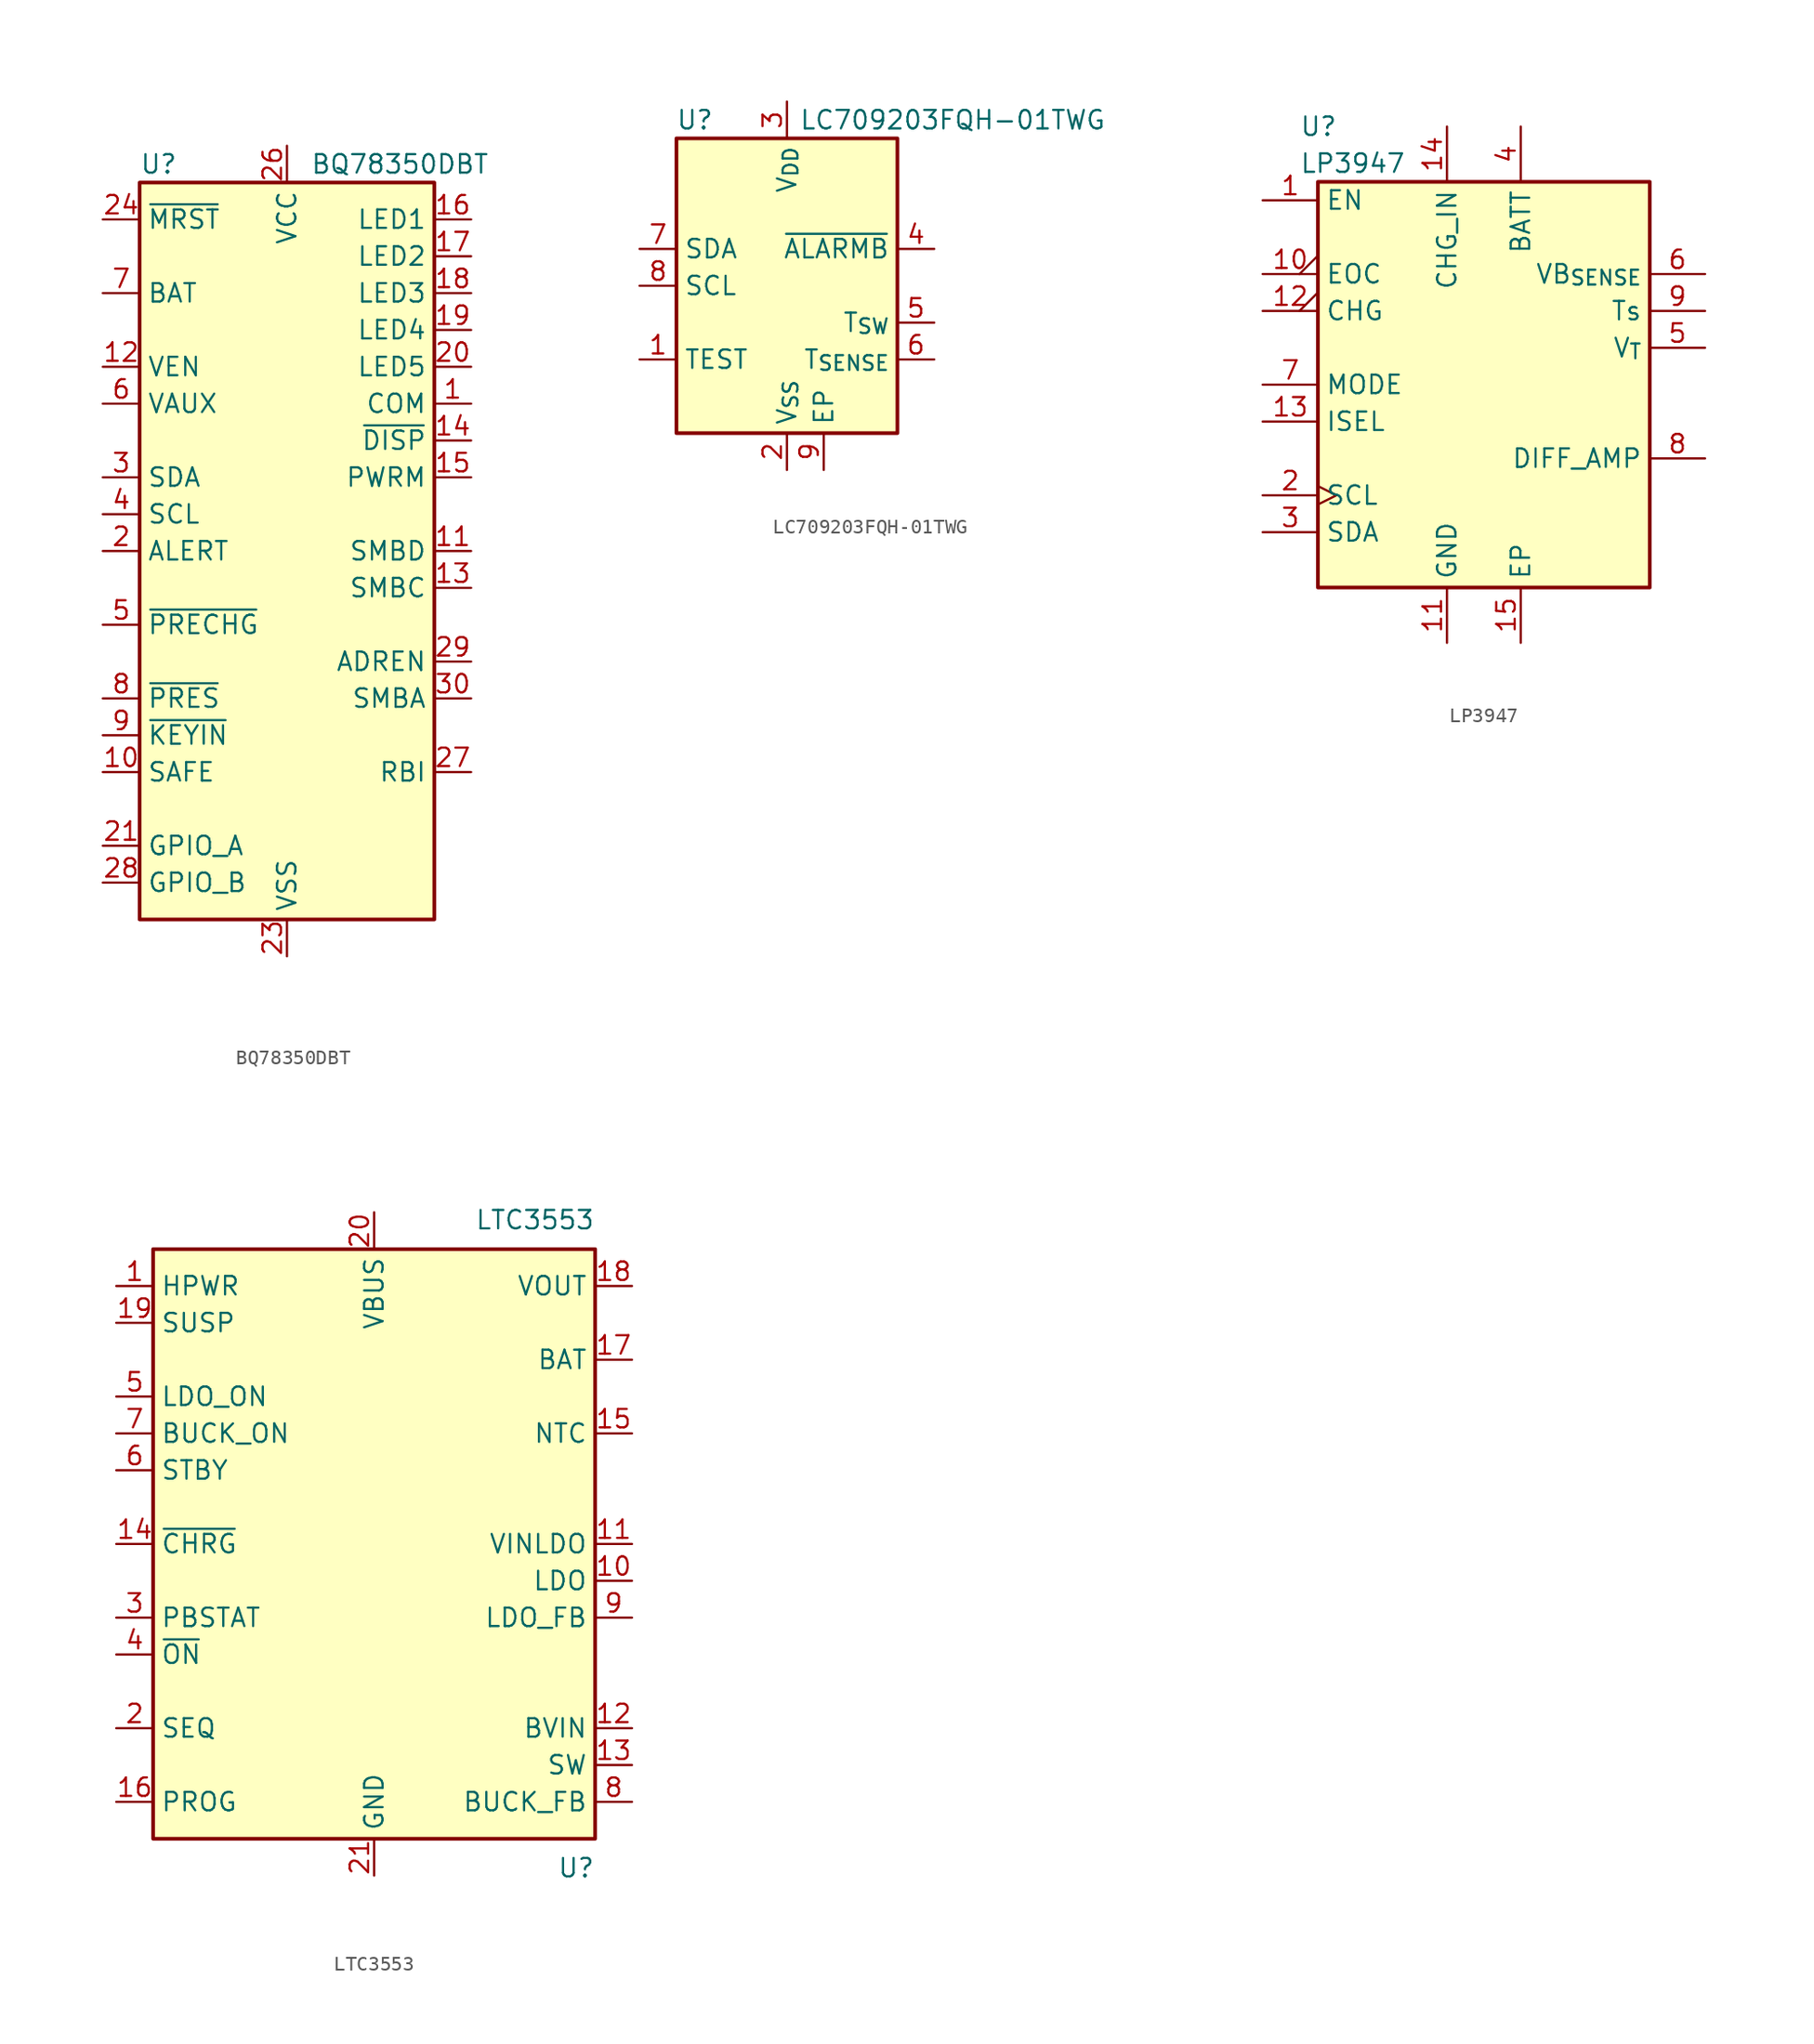
<source format=kicad_sym>
(kicad_symbol_lib
  (version 20231120)
  (generator "kicad_symbol_editor")
  (generator_version "8.0")
  (symbol "BQ78350DBT"
    (property "Reference" "U"
      (at -10.16 26.67 0)
      (effects (font (size 1.27 1.27)) (justify left)))
    (property "Value" "BQ78350DBT"
      (at 13.97 26.67 0)
      (effects (font (size 1.27 1.27)) (justify right)))
    (symbol "BQ78350DBT_0_1"
      (rectangle (start -10.16 25.4) (end 10.16 -25.4) (stroke (width 0.254) (type default)) (fill (type background))))
    (symbol "BQ78350DBT_1_1"
      (pin open_collector line (at 12.7 10.16 180) (length 2.54) (name "COM" (effects (font (size 1.27 1.27)))) (number "1" (effects (font (size 1.27 1.27)))))
      (pin output line (at -12.7 -15.24 0) (length 2.54) (name "SAFE" (effects (font (size 1.27 1.27)))) (number "10" (effects (font (size 1.27 1.27)))))
      (pin bidirectional line (at 12.7 0 180) (length 2.54) (name "SMBD" (effects (font (size 1.27 1.27)))) (number "11" (effects (font (size 1.27 1.27)))))
      (pin open_collector line (at -12.7 12.7 0) (length 2.54) (name "VEN" (effects (font (size 1.27 1.27)))) (number "12" (effects (font (size 1.27 1.27)))))
      (pin bidirectional line (at 12.7 -2.54 180) (length 2.54) (name "SMBC" (effects (font (size 1.27 1.27)))) (number "13" (effects (font (size 1.27 1.27)))))
      (pin input line (at 12.7 7.62 180) (length 2.54) (name "~{DISP}" (effects (font (size 1.27 1.27)))) (number "14" (effects (font (size 1.27 1.27)))))
      (pin open_collector line (at 12.7 5.08 180) (length 2.54) (name "PWRM" (effects (font (size 1.27 1.27)))) (number "15" (effects (font (size 1.27 1.27)))))
      (pin output line (at 12.7 22.86 180) (length 2.54) (name "LED1" (effects (font (size 1.27 1.27)))) (number "16" (effects (font (size 1.27 1.27)))))
      (pin output line (at 12.7 20.32 180) (length 2.54) (name "LED2" (effects (font (size 1.27 1.27)))) (number "17" (effects (font (size 1.27 1.27)))))
      (pin output line (at 12.7 17.78 180) (length 2.54) (name "LED3" (effects (font (size 1.27 1.27)))) (number "18" (effects (font (size 1.27 1.27)))))
      (pin output line (at 12.7 15.24 180) (length 2.54) (name "LED4" (effects (font (size 1.27 1.27)))) (number "19" (effects (font (size 1.27 1.27)))))
      (pin bidirectional line (at -12.7 0 0) (length 2.54) (name "ALERT" (effects (font (size 1.27 1.27)))) (number "2" (effects (font (size 1.27 1.27)))))
      (pin output line (at 12.7 12.7 180) (length 2.54) (name "LED5" (effects (font (size 1.27 1.27)))) (number "20" (effects (font (size 1.27 1.27)))))
      (pin bidirectional line (at -12.7 -20.32 0) (length 2.54) (name "GPIO_A" (effects (font (size 1.27 1.27)))) (number "21" (effects (font (size 1.27 1.27)))))
      (pin passive line (at 0 -27.94 90) (length 2.54) hide (name "VSS" (effects (font (size 1.27 1.27)))) (number "22" (effects (font (size 1.27 1.27)))))
      (pin power_in line (at 0 -27.94 90) (length 2.54) (name "VSS" (effects (font (size 1.27 1.27)))) (number "23" (effects (font (size 1.27 1.27)))))
      (pin input line (at -12.7 22.86 0) (length 2.54) (name "~{MRST}" (effects (font (size 1.27 1.27)))) (number "24" (effects (font (size 1.27 1.27)))))
      (pin passive line (at 0 -27.94 90) (length 2.54) hide (name "VSS" (effects (font (size 1.27 1.27)))) (number "25" (effects (font (size 1.27 1.27)))))
      (pin power_in line (at 0 27.94 270) (length 2.54) (name "VCC" (effects (font (size 1.27 1.27)))) (number "26" (effects (font (size 1.27 1.27)))))
      (pin passive line (at 12.7 -15.24 180) (length 2.54) (name "RBI" (effects (font (size 1.27 1.27)))) (number "27" (effects (font (size 1.27 1.27)))))
      (pin bidirectional line (at -12.7 -22.86 0) (length 2.54) (name "GPIO_B" (effects (font (size 1.27 1.27)))) (number "28" (effects (font (size 1.27 1.27)))))
      (pin output line (at 12.7 -7.62 180) (length 2.54) (name "ADREN" (effects (font (size 1.27 1.27)))) (number "29" (effects (font (size 1.27 1.27)))))
      (pin bidirectional line (at -12.7 5.08 0) (length 2.54) (name "SDA" (effects (font (size 1.27 1.27)))) (number "3" (effects (font (size 1.27 1.27)))))
      (pin input line (at 12.7 -10.16 180) (length 2.54) (name "SMBA" (effects (font (size 1.27 1.27)))) (number "30" (effects (font (size 1.27 1.27)))))
      (pin output line (at -12.7 2.54 0) (length 2.54) (name "SCL" (effects (font (size 1.27 1.27)))) (number "4" (effects (font (size 1.27 1.27)))))
      (pin output line (at -12.7 -5.08 0) (length 2.54) (name "~{PRECHG}" (effects (font (size 1.27 1.27)))) (number "5" (effects (font (size 1.27 1.27)))))
      (pin input line (at -12.7 10.16 0) (length 2.54) (name "VAUX" (effects (font (size 1.27 1.27)))) (number "6" (effects (font (size 1.27 1.27)))))
      (pin input line (at -12.7 17.78 0) (length 2.54) (name "BAT" (effects (font (size 1.27 1.27)))) (number "7" (effects (font (size 1.27 1.27)))))
      (pin input line (at -12.7 -10.16 0) (length 2.54) (name "~{PRES}" (effects (font (size 1.27 1.27)))) (number "8" (effects (font (size 1.27 1.27)))))
      (pin input line (at -12.7 -12.7 0) (length 2.54) (name "~{KEYIN}" (effects (font (size 1.27 1.27)))) (number "9" (effects (font (size 1.27 1.27)))))))
  (symbol "LC709203FQH-01TWG"
    (property "Reference" "U"
      (at -6.35 11.43 0)
      (effects (font (size 1.27 1.27))))
    (property "Value" "LC709203FQH-01TWG"
      (at 11.43 11.43 0)
      (effects (font (size 1.27 1.27))))
    (symbol "LC709203FQH-01TWG_0_1"
      (rectangle (start -7.62 10.16) (end 7.62 -10.16) (stroke (width 0.254) (type default)) (fill (type background))))
    (symbol "LC709203FQH-01TWG_1_1"
      (pin input line (at -10.16 -5.08 0) (length 2.54) (name "TEST" (effects (font (size 1.27 1.27)))) (number "1" (effects (font (size 1.27 1.27)))))
      (pin power_in line (at 0 -12.7 90) (length 2.54) (name "V_{SS}" (effects (font (size 1.27 1.27)))) (number "2" (effects (font (size 1.27 1.27)))))
      (pin power_in line (at 0 12.7 270) (length 2.54) (name "V_{DD}" (effects (font (size 1.27 1.27)))) (number "3" (effects (font (size 1.27 1.27)))))
      (pin open_collector line (at 10.16 2.54 180) (length 2.54) (name "~{ALARMB}" (effects (font (size 1.27 1.27)))) (number "4" (effects (font (size 1.27 1.27)))))
      (pin output line (at 10.16 -2.54 180) (length 2.54) (name "T_{SW}" (effects (font (size 1.27 1.27)))) (number "5" (effects (font (size 1.27 1.27)))))
      (pin input line (at 10.16 -5.08 180) (length 2.54) (name "T_{SENSE}" (effects (font (size 1.27 1.27)))) (number "6" (effects (font (size 1.27 1.27)))))
      (pin bidirectional line (at -10.16 2.54 0) (length 2.54) (name "SDA" (effects (font (size 1.27 1.27)))) (number "7" (effects (font (size 1.27 1.27)))))
      (pin input line (at -10.16 0 0) (length 2.54) (name "SCL" (effects (font (size 1.27 1.27)))) (number "8" (effects (font (size 1.27 1.27)))))
      (pin passive line (at 2.54 -12.7 90) (length 2.54) (name "EP" (effects (font (size 1.27 1.27)))) (number "9" (effects (font (size 1.27 1.27)))))))
  (symbol "LP3947"
    (property "Reference" "U"
      (at -12.7 17.78 0)
      (effects (font (size 1.27 1.27)) (justify left)))
    (property "Value" "LP3947"
      (at -12.7 15.24 0)
      (effects (font (size 1.27 1.27)) (justify left)))
    (symbol "LP3947_0_1"
      (rectangle (start -11.43 13.97) (end 11.43 -13.97) (stroke (width 0.254) (type default)) (fill (type background))))
    (symbol "LP3947_1_1"
      (pin input line (at -15.24 12.7 0) (length 3.81) (name "EN" (effects (font (size 1.27 1.27)))) (number "1" (effects (font (size 1.27 1.27)))))
      (pin open_collector output_low (at -15.24 7.62 0) (length 3.81) (name "EOC" (effects (font (size 1.27 1.27)))) (number "10" (effects (font (size 1.27 1.27)))))
      (pin power_in line (at -2.54 -17.78 90) (length 3.81) (name "GND" (effects (font (size 1.27 1.27)))) (number "11" (effects (font (size 1.27 1.27)))))
      (pin open_collector output_low (at -15.24 5.08 0) (length 3.81) (name "CHG" (effects (font (size 1.27 1.27)))) (number "12" (effects (font (size 1.27 1.27)))))
      (pin input line (at -15.24 -2.54 0) (length 3.81) (name "ISEL" (effects (font (size 1.27 1.27)))) (number "13" (effects (font (size 1.27 1.27)))))
      (pin power_in line (at -2.54 17.78 270) (length 3.81) (name "CHG_IN" (effects (font (size 1.27 1.27)))) (number "14" (effects (font (size 1.27 1.27)))))
      (pin power_in line (at 2.54 -17.78 90) (length 3.81) (name "EP" (effects (font (size 1.27 1.27)))) (number "15" (effects (font (size 1.27 1.27)))))
      (pin input clock (at -15.24 -7.62 0) (length 3.81) (name "SCL" (effects (font (size 1.27 1.27)))) (number "2" (effects (font (size 1.27 1.27)))))
      (pin bidirectional line (at -15.24 -10.16 0) (length 3.81) (name "SDA" (effects (font (size 1.27 1.27)))) (number "3" (effects (font (size 1.27 1.27)))))
      (pin power_out line (at 2.54 17.78 270) (length 3.81) (name "BATT" (effects (font (size 1.27 1.27)))) (number "4" (effects (font (size 1.27 1.27)))))
      (pin power_out line (at 15.24 2.54 180) (length 3.81) (name "V_{T}" (effects (font (size 1.27 1.27)))) (number "5" (effects (font (size 1.27 1.27)))))
      (pin input line (at 15.24 7.62 180) (length 3.81) (name "VB_{SENSE}" (effects (font (size 1.27 1.27)))) (number "6" (effects (font (size 1.27 1.27)))))
      (pin input line (at -15.24 0 0) (length 3.81) (name "MODE" (effects (font (size 1.27 1.27)))) (number "7" (effects (font (size 1.27 1.27)))))
      (pin output line (at 15.24 -5.08 180) (length 3.81) (name "DIFF_AMP" (effects (font (size 1.27 1.27)))) (number "8" (effects (font (size 1.27 1.27)))))
      (pin input line (at 15.24 5.08 180) (length 3.81) (name "Ts" (effects (font (size 1.27 1.27)))) (number "9" (effects (font (size 1.27 1.27)))))))
  (symbol "LTC3553"
    (property "Reference" "U"
      (at 15.24 -21.59 0)
      (effects (font (size 1.27 1.27)) (justify right top)))
    (property "Value" "LTC3553"
      (at 15.24 21.59 0)
      (effects (font (size 1.27 1.27)) (justify right bottom)))
    (symbol "LTC3553_0_1"
      (rectangle (start -15.24 20.32) (end 15.24 -20.32) (stroke (width 0.254) (type default)) (fill (type background))))
    (symbol "LTC3553_1_1"
      (pin input line (at -17.78 17.78 0) (length 2.54) (name "HPWR" (effects (font (size 1.27 1.27)))) (number "1" (effects (font (size 1.27 1.27)))))
      (pin power_out line (at 17.78 -2.54 180) (length 2.54) (name "LDO" (effects (font (size 1.27 1.27)))) (number "10" (effects (font (size 1.27 1.27)))))
      (pin power_in line (at 17.78 0 180) (length 2.54) (name "VINLDO" (effects (font (size 1.27 1.27)))) (number "11" (effects (font (size 1.27 1.27)))))
      (pin power_in line (at 17.78 -12.7 180) (length 2.54) (name "BVIN" (effects (font (size 1.27 1.27)))) (number "12" (effects (font (size 1.27 1.27)))))
      (pin power_out line (at 17.78 -15.24 180) (length 2.54) (name "SW" (effects (font (size 1.27 1.27)))) (number "13" (effects (font (size 1.27 1.27)))))
      (pin open_collector line (at -17.78 0 0) (length 2.54) (name "~{CHRG}" (effects (font (size 1.27 1.27)))) (number "14" (effects (font (size 1.27 1.27)))))
      (pin passive line (at 17.78 7.62 180) (length 2.54) (name "NTC" (effects (font (size 1.27 1.27)))) (number "15" (effects (font (size 1.27 1.27)))))
      (pin passive line (at -17.78 -17.78 0) (length 2.54) (name "PROG" (effects (font (size 1.27 1.27)))) (number "16" (effects (font (size 1.27 1.27)))))
      (pin power_out line (at 17.78 12.7 180) (length 2.54) (name "BAT" (effects (font (size 1.27 1.27)))) (number "17" (effects (font (size 1.27 1.27)))))
      (pin power_out line (at 17.78 17.78 180) (length 2.54) (name "VOUT" (effects (font (size 1.27 1.27)))) (number "18" (effects (font (size 1.27 1.27)))))
      (pin input line (at -17.78 15.24 0) (length 2.54) (name "SUSP" (effects (font (size 1.27 1.27)))) (number "19" (effects (font (size 1.27 1.27)))))
      (pin input line (at -17.78 -12.7 0) (length 2.54) (name "SEQ" (effects (font (size 1.27 1.27)))) (number "2" (effects (font (size 1.27 1.27)))))
      (pin power_in line (at 0 22.86 270) (length 2.54) (name "VBUS" (effects (font (size 1.27 1.27)))) (number "20" (effects (font (size 1.27 1.27)))))
      (pin power_in line (at 0 -22.86 90) (length 2.54) (name "GND" (effects (font (size 1.27 1.27)))) (number "21" (effects (font (size 1.27 1.27)))))
      (pin output line (at -17.78 -5.08 0) (length 2.54) (name "PBSTAT" (effects (font (size 1.27 1.27)))) (number "3" (effects (font (size 1.27 1.27)))))
      (pin input line (at -17.78 -7.62 0) (length 2.54) (name "~{ON}" (effects (font (size 1.27 1.27)))) (number "4" (effects (font (size 1.27 1.27)))))
      (pin input line (at -17.78 10.16 0) (length 2.54) (name "LDO_ON" (effects (font (size 1.27 1.27)))) (number "5" (effects (font (size 1.27 1.27)))))
      (pin input line (at -17.78 5.08 0) (length 2.54) (name "STBY" (effects (font (size 1.27 1.27)))) (number "6" (effects (font (size 1.27 1.27)))))
      (pin input line (at -17.78 7.62 0) (length 2.54) (name "BUCK_ON" (effects (font (size 1.27 1.27)))) (number "7" (effects (font (size 1.27 1.27)))))
      (pin input line (at 17.78 -17.78 180) (length 2.54) (name "BUCK_FB" (effects (font (size 1.27 1.27)))) (number "8" (effects (font (size 1.27 1.27)))))
      (pin input line (at 17.78 -5.08 180) (length 2.54) (name "LDO_FB" (effects (font (size 1.27 1.27)))) (number "9" (effects (font (size 1.27 1.27))))))))
</source>
